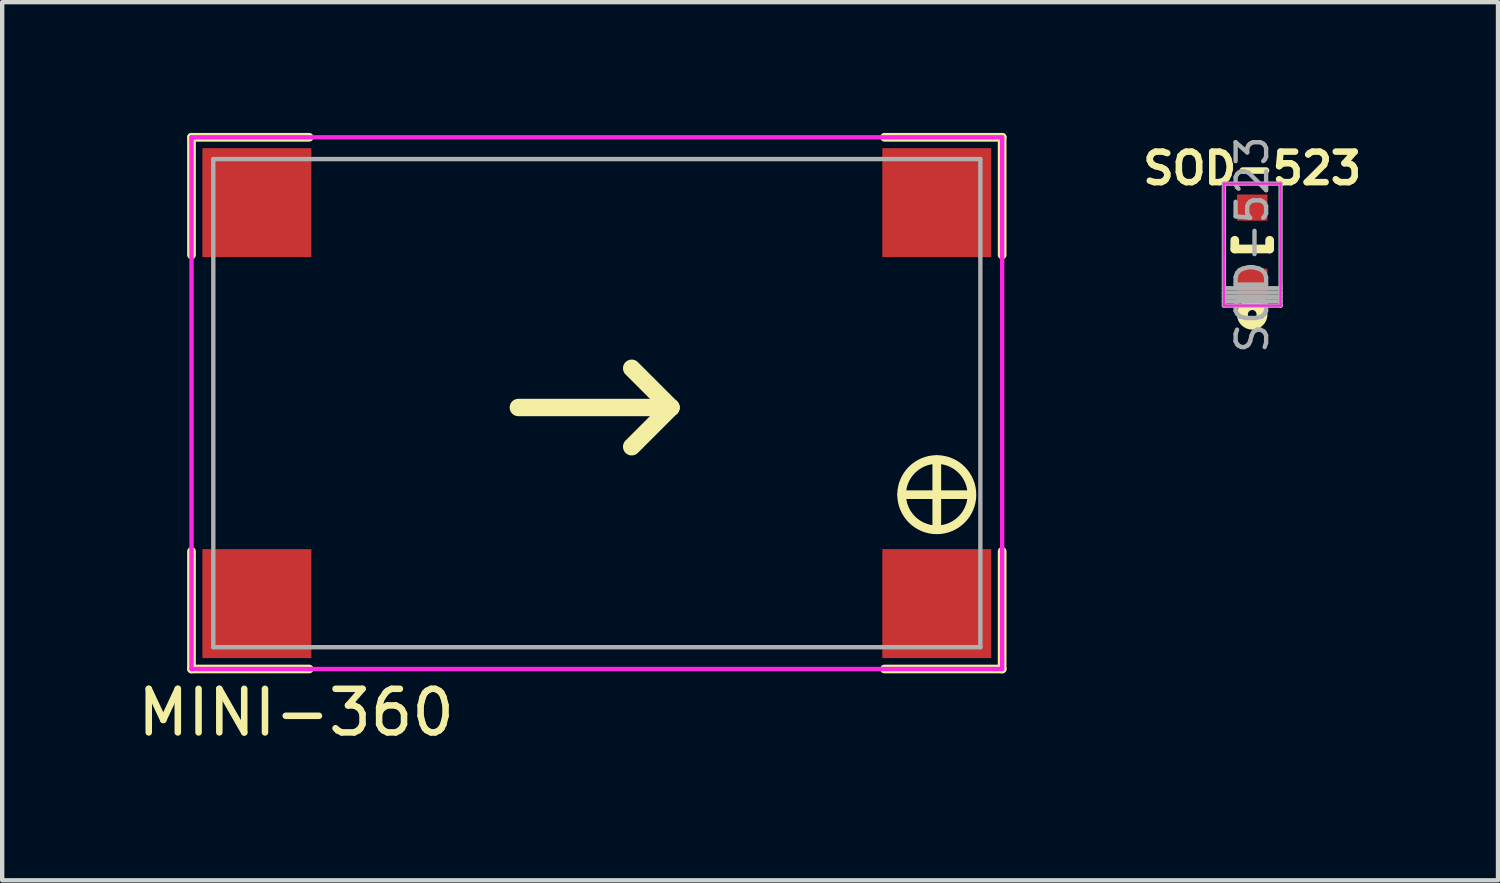
<source format=kicad_pcb>
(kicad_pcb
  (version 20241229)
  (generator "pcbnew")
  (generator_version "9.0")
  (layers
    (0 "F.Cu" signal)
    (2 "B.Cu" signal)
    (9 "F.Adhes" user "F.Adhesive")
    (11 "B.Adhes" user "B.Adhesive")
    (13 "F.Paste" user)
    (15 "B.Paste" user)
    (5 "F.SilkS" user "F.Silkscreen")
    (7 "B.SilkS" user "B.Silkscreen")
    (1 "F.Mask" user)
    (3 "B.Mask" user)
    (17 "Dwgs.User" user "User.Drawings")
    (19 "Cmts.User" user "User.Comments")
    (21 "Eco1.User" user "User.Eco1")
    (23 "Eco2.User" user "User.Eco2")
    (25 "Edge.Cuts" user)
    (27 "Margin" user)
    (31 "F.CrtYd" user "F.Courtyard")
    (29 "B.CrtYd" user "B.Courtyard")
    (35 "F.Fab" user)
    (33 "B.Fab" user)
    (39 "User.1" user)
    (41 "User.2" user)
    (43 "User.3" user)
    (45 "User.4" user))
  (footprint "MINI-360"
    (layer "F.Cu")
    (at 10.644 6.2)
    (property "Reference" "MINI-360" (at -6.9 7.1 0) (layer "F.SilkS") (effects (font (size 1 1) (thickness 0.15))))
    (attr through_hole)
    (fp_line (start -9.3 -6.1) (end -9.3 -3.4) (stroke (width 0.2) (type solid)) (layer "F.SilkS"))
    (fp_line (start -9.3 -6.1) (end -6.6 -6.1) (stroke (width 0.2) (type solid)) (layer "F.SilkS"))
    (fp_line (start -9.3 6.1) (end -9.3 3.4) (stroke (width 0.2) (type solid)) (layer "F.SilkS"))
    (fp_line (start -9.3 6.1) (end -6.6 6.1) (stroke (width 0.2) (type solid)) (layer "F.SilkS"))
    (fp_line (start -1.8 0.1) (end 1.7 0.1) (stroke (width 0.4) (type solid)) (layer "F.SilkS"))
    (fp_line (start 1.7 0.1) (end 0.8 -0.8) (stroke (width 0.4) (type solid)) (layer "F.SilkS"))
    (fp_line (start 1.7 0.1) (end 0.8 1) (stroke (width 0.4) (type solid)) (layer "F.SilkS"))
    (fp_line (start 7 2.1) (end 8.6 2.1) (stroke (width 0.2) (type solid)) (layer "F.SilkS"))
    (fp_line (start 7.8 1.3) (end 7.8 2.9) (stroke (width 0.2) (type solid)) (layer "F.SilkS"))
    (fp_line (start 9.3 -6.1) (end 6.6 -6.1) (stroke (width 0.2) (type solid)) (layer "F.SilkS"))
    (fp_line (start 9.3 -3.4) (end 9.3 -6.1) (stroke (width 0.2) (type solid)) (layer "F.SilkS"))
    (fp_line (start 9.3 6.1) (end 6.6 6.1) (stroke (width 0.2) (type solid)) (layer "F.SilkS"))
    (fp_line (start 9.3 6.1) (end 9.3 3.4) (stroke (width 0.2) (type solid)) (layer "F.SilkS"))
    (fp_circle (center 7.8 2.1) (end 7.9 2.9) (stroke (width 0.2) (type solid)) (fill no) (layer "F.SilkS"))
    (fp_line (start -9.3 -6.1) (end -9.3 6.1) (stroke (width 0.1) (type solid)) (layer "F.CrtYd"))
    (fp_line (start -9.3 6.1) (end 9.3 6.1) (stroke (width 0.1) (type solid)) (layer "F.CrtYd"))
    (fp_line (start 9.3 -6.1) (end -9.3 -6.1) (stroke (width 0.1) (type solid)) (layer "F.CrtYd"))
    (fp_line (start 9.3 6.1) (end 9.3 -6.1) (stroke (width 0.1) (type solid)) (layer "F.CrtYd"))
    (fp_line (start -8.8 -5.6) (end -8.8 5.6) (stroke (width 0.1) (type solid)) (layer "F.Fab"))
    (fp_line (start -8.8 5.6) (end 8.8 5.6) (stroke (width 0.1) (type solid)) (layer "F.Fab"))
    (fp_line (start 8.8 -5.6) (end -8.8 -5.6) (stroke (width 0.1) (type solid)) (layer "F.Fab"))
    (fp_line (start 8.8 5.6) (end 8.8 -5.6) (stroke (width 0.1) (type solid)) (layer "F.Fab"))
    (pad "GND" smd rect (at -7.8 -4.6) (size 2.5 2.5) (layers "F.Cu" "F.Mask" "F.Paste"))
    (pad "GND" smd rect (at 7.8 -4.6) (size 2.5 2.5) (layers "F.Cu" "F.Mask" "F.Paste"))
    (pad "VIN" smd rect (at -7.8 4.6) (size 2.5 2.5) (layers "F.Cu" "F.Mask" "F.Paste"))
    (pad "VOUT" smd rect (at 7.8 4.6) (size 2.5 2.5) (layers "F.Cu" "F.Mask" "F.Paste")))
  (footprint "SOD-523"
    (layer "F.Cu")
    (at 25.682 2.563)
    (property "Reference" "SOD-523" (at 0 -1.75 0) (layer "F.SilkS") (effects (font (size 0.7 0.7) (thickness 0.15))))
    (attr through_hole)
    (fp_line (start -0.4 -0.1) (end -0.4 0.1) (stroke (width 0.2) (type solid)) (layer "F.SilkS"))
    (fp_line (start -0.4 0.1) (end 0.4 0.1) (stroke (width 0.2) (type solid)) (layer "F.SilkS"))
    (fp_line (start 0.4 0.1) (end 0.4 -0.1) (stroke (width 0.2) (type solid)) (layer "F.SilkS"))
    (fp_circle (center 0 1.6) (end 0 1.7) (stroke (width 0.25) (type solid)) (fill no) (layer "F.SilkS"))
    (fp_line (start -0.65 -1.4) (end 0.65 -1.4) (stroke (width 0.05) (type solid)) (layer "F.CrtYd"))
    (fp_line (start -0.65 1.4) (end -0.65 -1.4) (stroke (width 0.05) (type solid)) (layer "F.CrtYd"))
    (fp_line (start 0.65 -1.4) (end 0.65 1.4) (stroke (width 0.05) (type solid)) (layer "F.CrtYd"))
    (fp_line (start 0.65 1.4) (end -0.65 1.4) (stroke (width 0.05) (type solid)) (layer "F.CrtYd"))
    (fp_line (start -0.65 -1.4) (end 0.65 -1.4) (stroke (width 0.1) (type solid)) (layer "F.Fab"))
    (fp_line (start -0.65 1.4) (end -0.65 -1.4) (stroke (width 0.1) (type solid)) (layer "F.Fab"))
    (fp_line (start 0.65 -1.4) (end 0.65 1.4) (stroke (width 0.1) (type solid)) (layer "F.Fab"))
    (fp_line (start 0.65 1) (end -0.65 1) (stroke (width 0.1) (type solid)) (layer "F.Fab"))
    (fp_line (start 0.65 1.1) (end -0.65 1.1) (stroke (width 0.1) (type solid)) (layer "F.Fab"))
    (fp_line (start 0.65 1.2) (end -0.65 1.2) (stroke (width 0.1) (type solid)) (layer "F.Fab"))
    (fp_line (start 0.65 1.3) (end -0.65 1.3) (stroke (width 0.1) (type solid)) (layer "F.Fab"))
    (fp_line (start 0.65 1.4) (end -0.65 1.4) (stroke (width 0.1) (type solid)) (layer "F.Fab"))
    (fp_text user "${REFERENCE}" (at 0 0 90) (layer "F.Fab") (effects (font (size 0.7 0.7) (thickness 0.1))))
    (pad "A" smd rect (at 0 -0.85) (size 0.7 0.6) (layers "F.Cu" "F.Mask" "F.Paste"))
    (pad "C" smd rect (at 0 0.85) (size 0.7 0.6) (layers "F.Cu" "F.Mask" "F.Paste")))
  (gr_rect
    (start -3 -3)
    (end 31.321 17.148)
    (stroke (width 0.1) (type default))
    (fill no)
    (layer "Edge.Cuts")))
</source>
